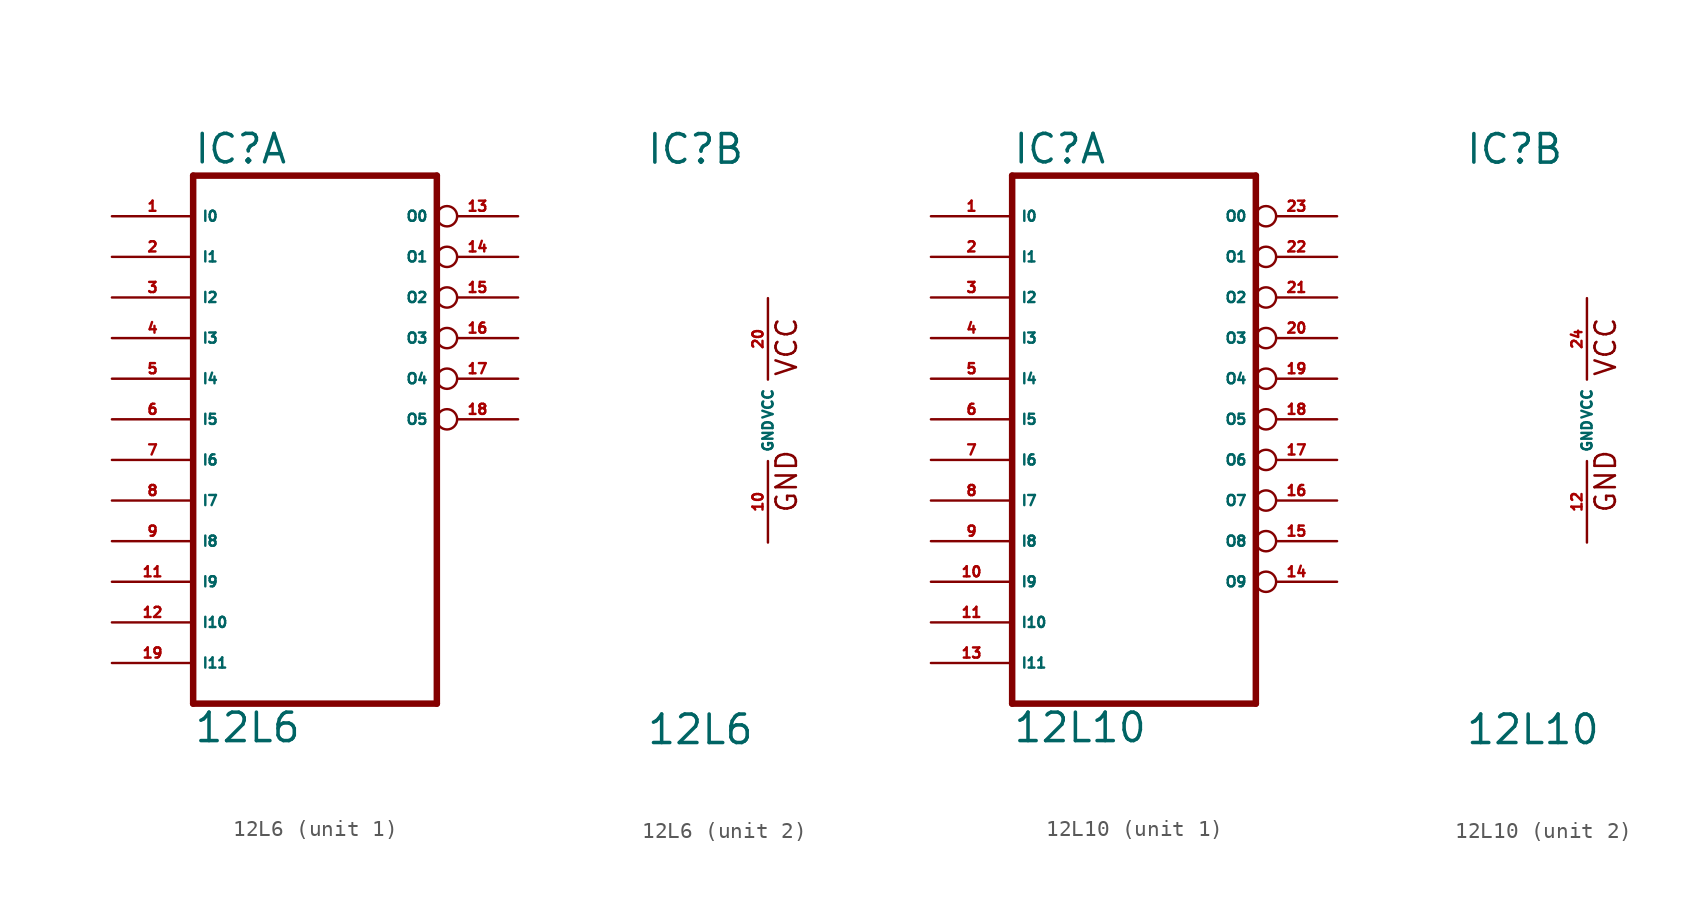
<source format=kicad_sym>
(kicad_symbol_lib
  (version 20220914)
  (generator Eagle2Kicad)
  (symbol "12L6"
    (property "Reference" "IC"
      (at -7.62 15.875 0)
      (effects (font (size 1.778 1.778) (thickness 0.22)) (justify left bottom)))
    (property "Value" "12L6"
      (at -7.62 -20.32 0)
      (effects (font (size 1.778 1.778) (thickness 0.22)) (justify left bottom)))
    (symbol "12L6_1_0"
      (polyline (pts (xy -7.62 15.24) (xy 7.62 15.24)) (stroke (width 0.406) (type default)) (fill (type none)))
      (polyline (pts (xy 7.62 -17.78) (xy 7.62 15.24)) (stroke (width 0.406) (type default)) (fill (type none)))
      (polyline (pts (xy 7.62 -17.78) (xy -7.62 -17.78)) (stroke (width 0.406) (type default)) (fill (type none)))
      (polyline (pts (xy -7.62 15.24) (xy -7.62 -17.78)) (stroke (width 0.406) (type default)) (fill (type none)))
      (pin input line (at -12.7 12.7 0) (length 5.08) (name "I0" (effects (font (size 0.635 0.635) (thickness 0.08)) (justify left bottom))) (number "1" (effects (font (size 0.635 0.635) (thickness 0.08)) (justify left bottom))))
      (pin input line (at -12.7 10.16 0) (length 5.08) (name "I1" (effects (font (size 0.635 0.635) (thickness 0.08)) (justify left bottom))) (number "2" (effects (font (size 0.635 0.635) (thickness 0.08)) (justify left bottom))))
      (pin input line (at -12.7 7.62 0) (length 5.08) (name "I2" (effects (font (size 0.635 0.635) (thickness 0.08)) (justify left bottom))) (number "3" (effects (font (size 0.635 0.635) (thickness 0.08)) (justify left bottom))))
      (pin input line (at -12.7 5.08 0) (length 5.08) (name "I3" (effects (font (size 0.635 0.635) (thickness 0.08)) (justify left bottom))) (number "4" (effects (font (size 0.635 0.635) (thickness 0.08)) (justify left bottom))))
      (pin input line (at -12.7 2.54 0) (length 5.08) (name "I4" (effects (font (size 0.635 0.635) (thickness 0.08)) (justify left bottom))) (number "5" (effects (font (size 0.635 0.635) (thickness 0.08)) (justify left bottom))))
      (pin input line (at -12.7 0 0) (length 5.08) (name "I5" (effects (font (size 0.635 0.635) (thickness 0.08)) (justify left bottom))) (number "6" (effects (font (size 0.635 0.635) (thickness 0.08)) (justify left bottom))))
      (pin input line (at -12.7 -2.54 0) (length 5.08) (name "I6" (effects (font (size 0.635 0.635) (thickness 0.08)) (justify left bottom))) (number "7" (effects (font (size 0.635 0.635) (thickness 0.08)) (justify left bottom))))
      (pin input line (at -12.7 -5.08 0) (length 5.08) (name "I7" (effects (font (size 0.635 0.635) (thickness 0.08)) (justify left bottom))) (number "8" (effects (font (size 0.635 0.635) (thickness 0.08)) (justify left bottom))))
      (pin input line (at -12.7 -7.62 0) (length 5.08) (name "I8" (effects (font (size 0.635 0.635) (thickness 0.08)) (justify left bottom))) (number "9" (effects (font (size 0.635 0.635) (thickness 0.08)) (justify left bottom))))
      (pin input line (at -12.7 -10.16 0) (length 5.08) (name "I9" (effects (font (size 0.635 0.635) (thickness 0.08)) (justify left bottom))) (number "11" (effects (font (size 0.635 0.635) (thickness 0.08)) (justify left bottom))))
      (pin input line (at -12.7 -12.7 0) (length 5.08) (name "I10" (effects (font (size 0.635 0.635) (thickness 0.08)) (justify left bottom))) (number "12" (effects (font (size 0.635 0.635) (thickness 0.08)) (justify left bottom))))
      (pin input line (at -12.7 -15.24 0) (length 5.08) (name "I11" (effects (font (size 0.635 0.635) (thickness 0.08)) (justify left bottom))) (number "19" (effects (font (size 0.635 0.635) (thickness 0.08)) (justify left bottom))))
      (pin output inverted (at 12.7 12.7 180) (length 5.08) (name "O0" (effects (font (size 0.635 0.635) (thickness 0.08)) (justify left bottom))) (number "13" (effects (font (size 0.635 0.635) (thickness 0.08)) (justify left bottom))))
      (pin output inverted (at 12.7 10.16 180) (length 5.08) (name "O1" (effects (font (size 0.635 0.635) (thickness 0.08)) (justify left bottom))) (number "14" (effects (font (size 0.635 0.635) (thickness 0.08)) (justify left bottom))))
      (pin output inverted (at 12.7 7.62 180) (length 5.08) (name "O2" (effects (font (size 0.635 0.635) (thickness 0.08)) (justify left bottom))) (number "15" (effects (font (size 0.635 0.635) (thickness 0.08)) (justify left bottom))))
      (pin output inverted (at 12.7 5.08 180) (length 5.08) (name "O3" (effects (font (size 0.635 0.635) (thickness 0.08)) (justify left bottom))) (number "16" (effects (font (size 0.635 0.635) (thickness 0.08)) (justify left bottom))))
      (pin output inverted (at 12.7 2.54 180) (length 5.08) (name "O4" (effects (font (size 0.635 0.635) (thickness 0.08)) (justify left bottom))) (number "17" (effects (font (size 0.635 0.635) (thickness 0.08)) (justify left bottom))))
      (pin output inverted (at 12.7 0 180) (length 5.08) (name "O5" (effects (font (size 0.635 0.635) (thickness 0.08)) (justify left bottom))) (number "18" (effects (font (size 0.635 0.635) (thickness 0.08)) (justify left bottom)))))
    (symbol "12L6_2_0"
      (text "GND" (at 1.905 -5.842 900) (effects (font (size 1.27 1.27) (thickness 0.16)) (justify left bottom)))
      (text "VCC" (at 1.905 2.667 900) (effects (font (size 1.27 1.27) (thickness 0.16)) (justify left bottom)))
      (pin unspecified line (at 0 -7.62 90) (length 5.08) (name "GND" (effects (font (size 0.635 0.635) (thickness 0.08)) (justify left bottom))) (number "10" (effects (font (size 0.635 0.635) (thickness 0.08)) (justify left bottom))))
      (pin unspecified line (at 0 7.62 270) (length 5.08) (name "VCC" (effects (font (size 0.635 0.635) (thickness 0.08)) (justify left bottom))) (number "20" (effects (font (size 0.635 0.635) (thickness 0.08)) (justify left bottom))))))
  (symbol "12L10"
    (property "Reference" "IC"
      (at -7.62 15.875 0)
      (effects (font (size 1.778 1.778) (thickness 0.22)) (justify left bottom)))
    (property "Value" "12L10"
      (at -7.62 -20.32 0)
      (effects (font (size 1.778 1.778) (thickness 0.22)) (justify left bottom)))
    (symbol "12L10_1_0"
      (polyline (pts (xy -7.62 -17.78) (xy 7.62 -17.78)) (stroke (width 0.406) (type default)) (fill (type none)))
      (polyline (pts (xy 7.62 -17.78) (xy 7.62 15.24)) (stroke (width 0.406) (type default)) (fill (type none)))
      (polyline (pts (xy 7.62 15.24) (xy -7.62 15.24)) (stroke (width 0.406) (type default)) (fill (type none)))
      (polyline (pts (xy -7.62 15.24) (xy -7.62 -17.78)) (stroke (width 0.406) (type default)) (fill (type none)))
      (pin input line (at -12.7 12.7 0) (length 5.08) (name "I0" (effects (font (size 0.635 0.635) (thickness 0.08)) (justify left bottom))) (number "1" (effects (font (size 0.635 0.635) (thickness 0.08)) (justify left bottom))))
      (pin input line (at -12.7 10.16 0) (length 5.08) (name "I1" (effects (font (size 0.635 0.635) (thickness 0.08)) (justify left bottom))) (number "2" (effects (font (size 0.635 0.635) (thickness 0.08)) (justify left bottom))))
      (pin input line (at -12.7 7.62 0) (length 5.08) (name "I2" (effects (font (size 0.635 0.635) (thickness 0.08)) (justify left bottom))) (number "3" (effects (font (size 0.635 0.635) (thickness 0.08)) (justify left bottom))))
      (pin input line (at -12.7 5.08 0) (length 5.08) (name "I3" (effects (font (size 0.635 0.635) (thickness 0.08)) (justify left bottom))) (number "4" (effects (font (size 0.635 0.635) (thickness 0.08)) (justify left bottom))))
      (pin input line (at -12.7 2.54 0) (length 5.08) (name "I4" (effects (font (size 0.635 0.635) (thickness 0.08)) (justify left bottom))) (number "5" (effects (font (size 0.635 0.635) (thickness 0.08)) (justify left bottom))))
      (pin input line (at -12.7 0 0) (length 5.08) (name "I5" (effects (font (size 0.635 0.635) (thickness 0.08)) (justify left bottom))) (number "6" (effects (font (size 0.635 0.635) (thickness 0.08)) (justify left bottom))))
      (pin input line (at -12.7 -2.54 0) (length 5.08) (name "I6" (effects (font (size 0.635 0.635) (thickness 0.08)) (justify left bottom))) (number "7" (effects (font (size 0.635 0.635) (thickness 0.08)) (justify left bottom))))
      (pin input line (at -12.7 -5.08 0) (length 5.08) (name "I7" (effects (font (size 0.635 0.635) (thickness 0.08)) (justify left bottom))) (number "8" (effects (font (size 0.635 0.635) (thickness 0.08)) (justify left bottom))))
      (pin input line (at -12.7 -7.62 0) (length 5.08) (name "I8" (effects (font (size 0.635 0.635) (thickness 0.08)) (justify left bottom))) (number "9" (effects (font (size 0.635 0.635) (thickness 0.08)) (justify left bottom))))
      (pin input line (at -12.7 -10.16 0) (length 5.08) (name "I9" (effects (font (size 0.635 0.635) (thickness 0.08)) (justify left bottom))) (number "10" (effects (font (size 0.635 0.635) (thickness 0.08)) (justify left bottom))))
      (pin input line (at -12.7 -12.7 0) (length 5.08) (name "I10" (effects (font (size 0.635 0.635) (thickness 0.08)) (justify left bottom))) (number "11" (effects (font (size 0.635 0.635) (thickness 0.08)) (justify left bottom))))
      (pin input line (at -12.7 -15.24 0) (length 5.08) (name "I11" (effects (font (size 0.635 0.635) (thickness 0.08)) (justify left bottom))) (number "13" (effects (font (size 0.635 0.635) (thickness 0.08)) (justify left bottom))))
      (pin output inverted (at 12.7 -10.16 180) (length 5.08) (name "O9" (effects (font (size 0.635 0.635) (thickness 0.08)) (justify left bottom))) (number "14" (effects (font (size 0.635 0.635) (thickness 0.08)) (justify left bottom))))
      (pin output inverted (at 12.7 -7.62 180) (length 5.08) (name "O8" (effects (font (size 0.635 0.635) (thickness 0.08)) (justify left bottom))) (number "15" (effects (font (size 0.635 0.635) (thickness 0.08)) (justify left bottom))))
      (pin output inverted (at 12.7 -5.08 180) (length 5.08) (name "O7" (effects (font (size 0.635 0.635) (thickness 0.08)) (justify left bottom))) (number "16" (effects (font (size 0.635 0.635) (thickness 0.08)) (justify left bottom))))
      (pin output inverted (at 12.7 -2.54 180) (length 5.08) (name "O6" (effects (font (size 0.635 0.635) (thickness 0.08)) (justify left bottom))) (number "17" (effects (font (size 0.635 0.635) (thickness 0.08)) (justify left bottom))))
      (pin output inverted (at 12.7 0 180) (length 5.08) (name "O5" (effects (font (size 0.635 0.635) (thickness 0.08)) (justify left bottom))) (number "18" (effects (font (size 0.635 0.635) (thickness 0.08)) (justify left bottom))))
      (pin output inverted (at 12.7 2.54 180) (length 5.08) (name "O4" (effects (font (size 0.635 0.635) (thickness 0.08)) (justify left bottom))) (number "19" (effects (font (size 0.635 0.635) (thickness 0.08)) (justify left bottom))))
      (pin output inverted (at 12.7 5.08 180) (length 5.08) (name "O3" (effects (font (size 0.635 0.635) (thickness 0.08)) (justify left bottom))) (number "20" (effects (font (size 0.635 0.635) (thickness 0.08)) (justify left bottom))))
      (pin output inverted (at 12.7 7.62 180) (length 5.08) (name "O2" (effects (font (size 0.635 0.635) (thickness 0.08)) (justify left bottom))) (number "21" (effects (font (size 0.635 0.635) (thickness 0.08)) (justify left bottom))))
      (pin output inverted (at 12.7 10.16 180) (length 5.08) (name "O1" (effects (font (size 0.635 0.635) (thickness 0.08)) (justify left bottom))) (number "22" (effects (font (size 0.635 0.635) (thickness 0.08)) (justify left bottom))))
      (pin output inverted (at 12.7 12.7 180) (length 5.08) (name "O0" (effects (font (size 0.635 0.635) (thickness 0.08)) (justify left bottom))) (number "23" (effects (font (size 0.635 0.635) (thickness 0.08)) (justify left bottom)))))
    (symbol "12L10_2_0"
      (text "GND" (at 1.905 -5.842 900) (effects (font (size 1.27 1.27) (thickness 0.16)) (justify left bottom)))
      (text "VCC" (at 1.905 2.667 900) (effects (font (size 1.27 1.27) (thickness 0.16)) (justify left bottom)))
      (pin unspecified line (at 0 -7.62 90) (length 5.08) (name "GND" (effects (font (size 0.635 0.635) (thickness 0.08)) (justify left bottom))) (number "12" (effects (font (size 0.635 0.635) (thickness 0.08)) (justify left bottom))))
      (pin unspecified line (at 0 7.62 270) (length 5.08) (name "VCC" (effects (font (size 0.635 0.635) (thickness 0.08)) (justify left bottom))) (number "24" (effects (font (size 0.635 0.635) (thickness 0.08)) (justify left bottom)))))))
</source>
